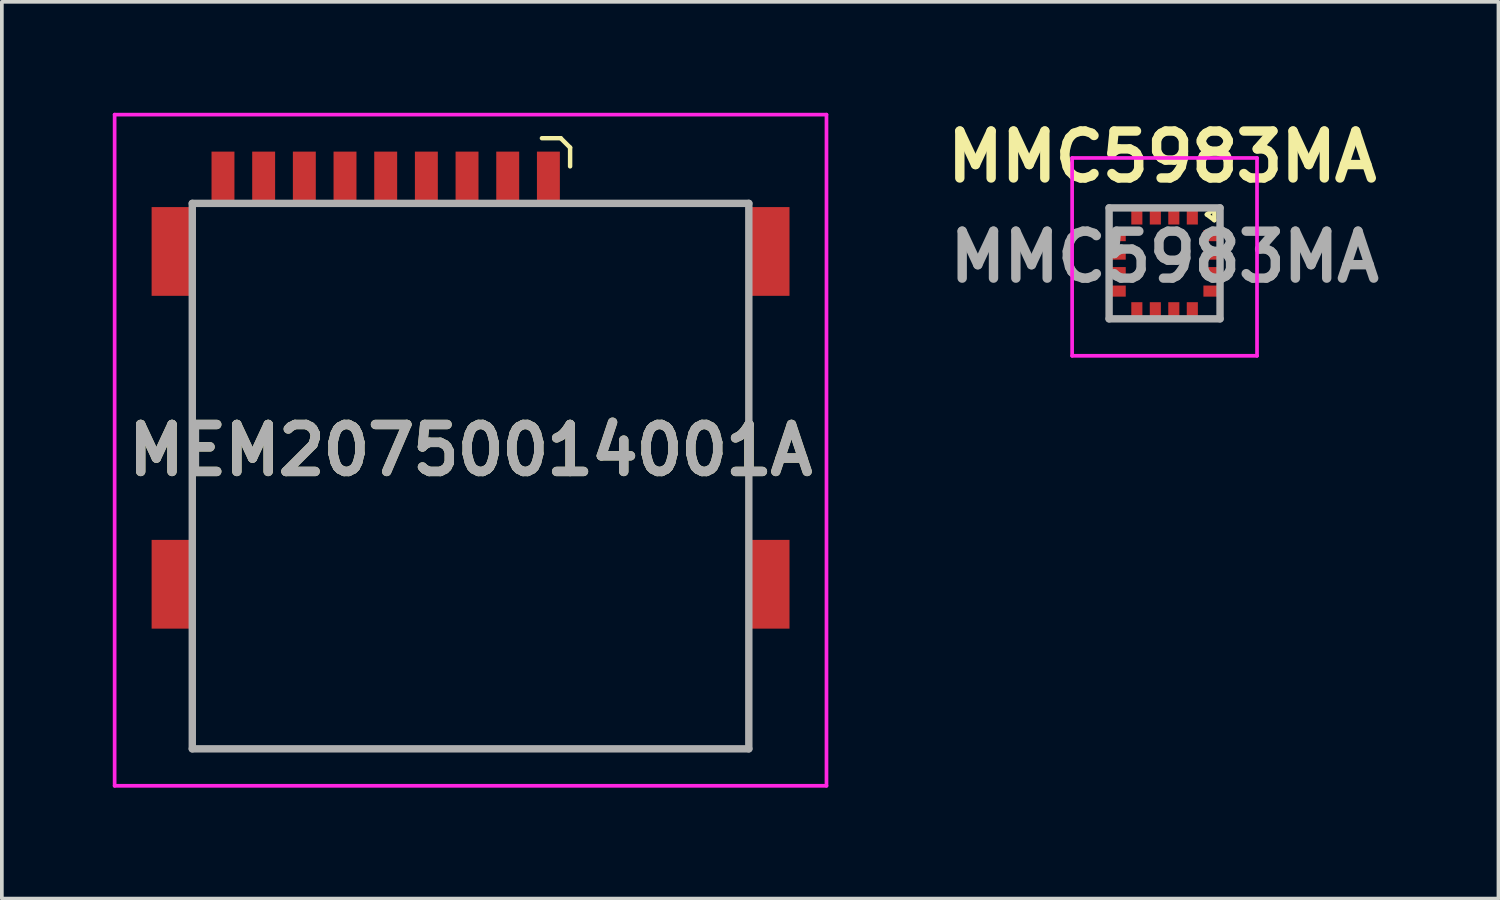
<source format=kicad_pcb>
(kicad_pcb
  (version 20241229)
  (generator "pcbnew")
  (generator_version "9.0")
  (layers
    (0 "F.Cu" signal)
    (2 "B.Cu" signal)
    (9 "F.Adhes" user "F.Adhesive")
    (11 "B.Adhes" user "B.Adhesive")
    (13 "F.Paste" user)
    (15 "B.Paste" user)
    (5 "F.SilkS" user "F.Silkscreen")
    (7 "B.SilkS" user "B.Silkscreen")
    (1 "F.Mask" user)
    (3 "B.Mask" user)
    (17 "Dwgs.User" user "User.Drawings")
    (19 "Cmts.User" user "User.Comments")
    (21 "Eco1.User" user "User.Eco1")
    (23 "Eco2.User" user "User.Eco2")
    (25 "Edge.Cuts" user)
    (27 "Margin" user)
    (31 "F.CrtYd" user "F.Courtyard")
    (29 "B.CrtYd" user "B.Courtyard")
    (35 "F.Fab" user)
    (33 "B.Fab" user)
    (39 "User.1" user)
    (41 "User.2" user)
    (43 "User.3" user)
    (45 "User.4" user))
  (footprint "MMC5983MA"
    (layer "F.Cu")
    (at 28.443 4.072)
    (property "Reference" "MMC5983MA" (at -0.064 -2.883 0) (layer "F.SilkS") (effects (font (size 1.27 1.27) (thickness 0.254))))
    (attr smd)
    (fp_line (start -1.5 -1.5) (end -1.5 -1) (stroke (width 0.1) (type solid)) (layer "F.SilkS"))
    (fp_line (start -1.5 1) (end -1.5 1.5) (stroke (width 0.1) (type solid)) (layer "F.SilkS"))
    (fp_line (start -1.5 1.5) (end -1 1.5) (stroke (width 0.1) (type solid)) (layer "F.SilkS"))
    (fp_line (start -1 -1.5) (end -1.5 -1.5) (stroke (width 0.1) (type solid)) (layer "F.SilkS"))
    (fp_line (start 1 1.5) (end 1.5 1.5) (stroke (width 0.1) (type solid)) (layer "F.SilkS"))
    (fp_line (start 1.143 -1.321) (end 1.346 -1.473) (stroke (width 0.12) (type solid)) (layer "F.SilkS"))
    (fp_line (start 1.346 -1.473) (end 1.346 -1.168) (stroke (width 0.12) (type solid)) (layer "F.SilkS"))
    (fp_line (start 1.346 -1.168) (end 1.143 -1.321) (stroke (width 0.12) (type solid)) (layer "F.SilkS"))
    (fp_line (start 1.5 -1.5) (end 1.5 -1) (stroke (width 0.1) (type solid)) (layer "F.SilkS"))
    (fp_line (start 1.5 1.5) (end 1.5 1) (stroke (width 0.1) (type solid)) (layer "F.SilkS"))
    (fp_line (start -2.5 -2.85) (end 2.5 -2.85) (stroke (width 0.1) (type solid)) (layer "F.CrtYd"))
    (fp_line (start -2.5 2.5) (end -2.5 -2.85) (stroke (width 0.1) (type solid)) (layer "F.CrtYd"))
    (fp_line (start 2.5 -2.85) (end 2.5 2.5) (stroke (width 0.1) (type solid)) (layer "F.CrtYd"))
    (fp_line (start 2.5 2.5) (end -2.5 2.5) (stroke (width 0.1) (type solid)) (layer "F.CrtYd"))
    (fp_line (start -1.5 -1.5) (end 1.5 -1.5) (stroke (width 0.2) (type solid)) (layer "F.Fab"))
    (fp_line (start -1.5 1.5) (end -1.5 -1.5) (stroke (width 0.2) (type solid)) (layer "F.Fab"))
    (fp_line (start 1.5 -1.5) (end 1.5 1.5) (stroke (width 0.2) (type solid)) (layer "F.Fab"))
    (fp_line (start 1.5 1.5) (end -1.5 1.5) (stroke (width 0.2) (type solid)) (layer "F.Fab"))
    (fp_text user "${REFERENCE}" (at 0 -0.175 0) (layer "F.Fab") (effects (font (size 1.27 1.27) (thickness 0.254))))
    (pad "1" smd rect (at 0.75 -1.275) (size 0.3 0.45) (layers "F.Cu" "F.Mask" "F.Paste"))
    (pad "2" smd rect (at 0.25 -1.275) (size 0.3 0.45) (layers "F.Cu" "F.Mask" "F.Paste"))
    (pad "3" smd rect (at -0.25 -1.275) (size 0.3 0.45) (layers "F.Cu" "F.Mask" "F.Paste"))
    (pad "4" smd rect (at -0.75 -1.275) (size 0.3 0.45) (layers "F.Cu" "F.Mask" "F.Paste"))
    (pad "5" smd rect (at -1.275 -0.75 90) (size 0.3 0.45) (layers "F.Cu" "F.Mask" "F.Paste"))
    (pad "6" smd rect (at -1.275 -0.25 90) (size 0.3 0.45) (layers "F.Cu" "F.Mask" "F.Paste"))
    (pad "7" smd rect (at -1.275 0.25 90) (size 0.3 0.45) (layers "F.Cu" "F.Mask" "F.Paste"))
    (pad "8" smd rect (at -1.275 0.75 90) (size 0.3 0.45) (layers "F.Cu" "F.Mask" "F.Paste"))
    (pad "9" smd rect (at -0.75 1.275) (size 0.3 0.45) (layers "F.Cu" "F.Mask" "F.Paste"))
    (pad "10" smd rect (at -0.25 1.275) (size 0.3 0.45) (layers "F.Cu" "F.Mask" "F.Paste"))
    (pad "11" smd rect (at 0.25 1.275) (size 0.3 0.45) (layers "F.Cu" "F.Mask" "F.Paste"))
    (pad "12" smd rect (at 0.75 1.275) (size 0.3 0.45) (layers "F.Cu" "F.Mask" "F.Paste"))
    (pad "13" smd rect (at 1.275 0.75 90) (size 0.3 0.45) (layers "F.Cu" "F.Mask" "F.Paste"))
    (pad "14" smd rect (at 1.275 0.25 90) (size 0.3 0.45) (layers "F.Cu" "F.Mask" "F.Paste"))
    (pad "15" smd rect (at 1.275 -0.25 90) (size 0.3 0.45) (layers "F.Cu" "F.Mask" "F.Paste"))
    (pad "16" smd rect (at 1.275 -0.75 90) (size 0.3 0.45) (layers "F.Cu" "F.Mask" "F.Paste")))
  (footprint "MEM20750014001A"
    (layer "F.Cu")
    (at 9.675 9.475)
    (property "Reference" "MEM20750014001A" (at 0 -0.35 0) (layer "F.SilkS") (effects (font (size 1.27 1.27) (thickness 0.254))))
    (attr through_hole)
    (fp_line (start -7.525 -4.025) (end -7.525 1.4) (stroke (width 0.1) (type solid)) (layer "F.SilkS"))
    (fp_line (start -7.525 4.975) (end -7.525 7.725) (stroke (width 0.1) (type solid)) (layer "F.SilkS"))
    (fp_line (start -7.525 7.725) (end 7.525 7.725) (stroke (width 0.1) (type solid)) (layer "F.SilkS"))
    (fp_line (start 1.93 -8.788) (end 2.438 -8.788) (stroke (width 0.12) (type solid)) (layer "F.SilkS"))
    (fp_line (start 2.438 -8.788) (end 2.692 -8.534) (stroke (width 0.12) (type solid)) (layer "F.SilkS"))
    (fp_line (start 2.692 -8.534) (end 2.692 -8.026) (stroke (width 0.12) (type solid)) (layer "F.SilkS"))
    (fp_line (start 2.8 -7.025) (end 7 -7.025) (stroke (width 0.1) (type solid)) (layer "F.SilkS"))
    (fp_line (start 7.525 -4.025) (end 7.525 1.4) (stroke (width 0.1) (type solid)) (layer "F.SilkS"))
    (fp_line (start 7.525 7.725) (end 7.525 4.975) (stroke (width 0.1) (type solid)) (layer "F.SilkS"))
    (fp_line (start -9.625 -9.425) (end 9.625 -9.425) (stroke (width 0.1) (type solid)) (layer "F.CrtYd"))
    (fp_line (start -9.625 8.725) (end -9.625 -9.425) (stroke (width 0.1) (type solid)) (layer "F.CrtYd"))
    (fp_line (start 9.625 -9.425) (end 9.625 8.725) (stroke (width 0.1) (type solid)) (layer "F.CrtYd"))
    (fp_line (start 9.625 8.725) (end -9.625 8.725) (stroke (width 0.1) (type solid)) (layer "F.CrtYd"))
    (fp_line (start -7.525 -7.025) (end 7.525 -7.025) (stroke (width 0.2) (type solid)) (layer "F.Fab"))
    (fp_line (start -7.525 7.725) (end -7.525 -7.025) (stroke (width 0.2) (type solid)) (layer "F.Fab"))
    (fp_line (start 7.525 -7.025) (end 7.525 7.725) (stroke (width 0.2) (type solid)) (layer "F.Fab"))
    (fp_line (start 7.525 7.725) (end -7.525 7.725) (stroke (width 0.2) (type solid)) (layer "F.Fab"))
    (fp_text user "${REFERENCE}" (at 0 -0.35 0) (layer "F.Fab") (effects (font (size 1.27 1.27) (thickness 0.254))))
    (pad "MP1" smd rect (at -8.075 -5.725) (size 1.1 2.4) (layers "F.Cu" "F.Mask" "F.Paste"))
    (pad "MP2" smd rect (at -8.075 3.275) (size 1.1 2.4) (layers "F.Cu" "F.Mask" "F.Paste"))
    (pad "MP3" smd rect (at 8.075 3.275) (size 1.1 2.4) (layers "F.Cu" "F.Mask" "F.Paste"))
    (pad "MP4" smd rect (at 8.075 -5.725) (size 1.1 2.4) (layers "F.Cu" "F.Mask" "F.Paste"))
    (pad "P1" smd rect (at 2.105 -7.725) (size 0.62 1.4) (layers "F.Cu" "F.Mask" "F.Paste"))
    (pad "P2" smd rect (at 1.005 -7.725) (size 0.62 1.4) (layers "F.Cu" "F.Mask" "F.Paste"))
    (pad "P3" smd rect (at -0.095 -7.725) (size 0.62 1.4) (layers "F.Cu" "F.Mask" "F.Paste"))
    (pad "P4" smd rect (at -1.195 -7.725) (size 0.62 1.4) (layers "F.Cu" "F.Mask" "F.Paste"))
    (pad "P5" smd rect (at -2.295 -7.725) (size 0.62 1.4) (layers "F.Cu" "F.Mask" "F.Paste"))
    (pad "P6" smd rect (at -3.395 -7.725) (size 0.62 1.4) (layers "F.Cu" "F.Mask" "F.Paste"))
    (pad "P7" smd rect (at -4.495 -7.725) (size 0.62 1.4) (layers "F.Cu" "F.Mask" "F.Paste"))
    (pad "P8" smd rect (at -5.595 -7.725) (size 0.62 1.4) (layers "F.Cu" "F.Mask" "F.Paste"))
    (pad "P9" smd rect (at -6.695 -7.725) (size 0.62 1.4) (layers "F.Cu" "F.Mask" "F.Paste")))
  (gr_rect
    (start -3 -3)
    (end 37.472 21.25)
    (stroke (width 0.1) (type default))
    (fill no)
    (layer "Edge.Cuts")))
</source>
